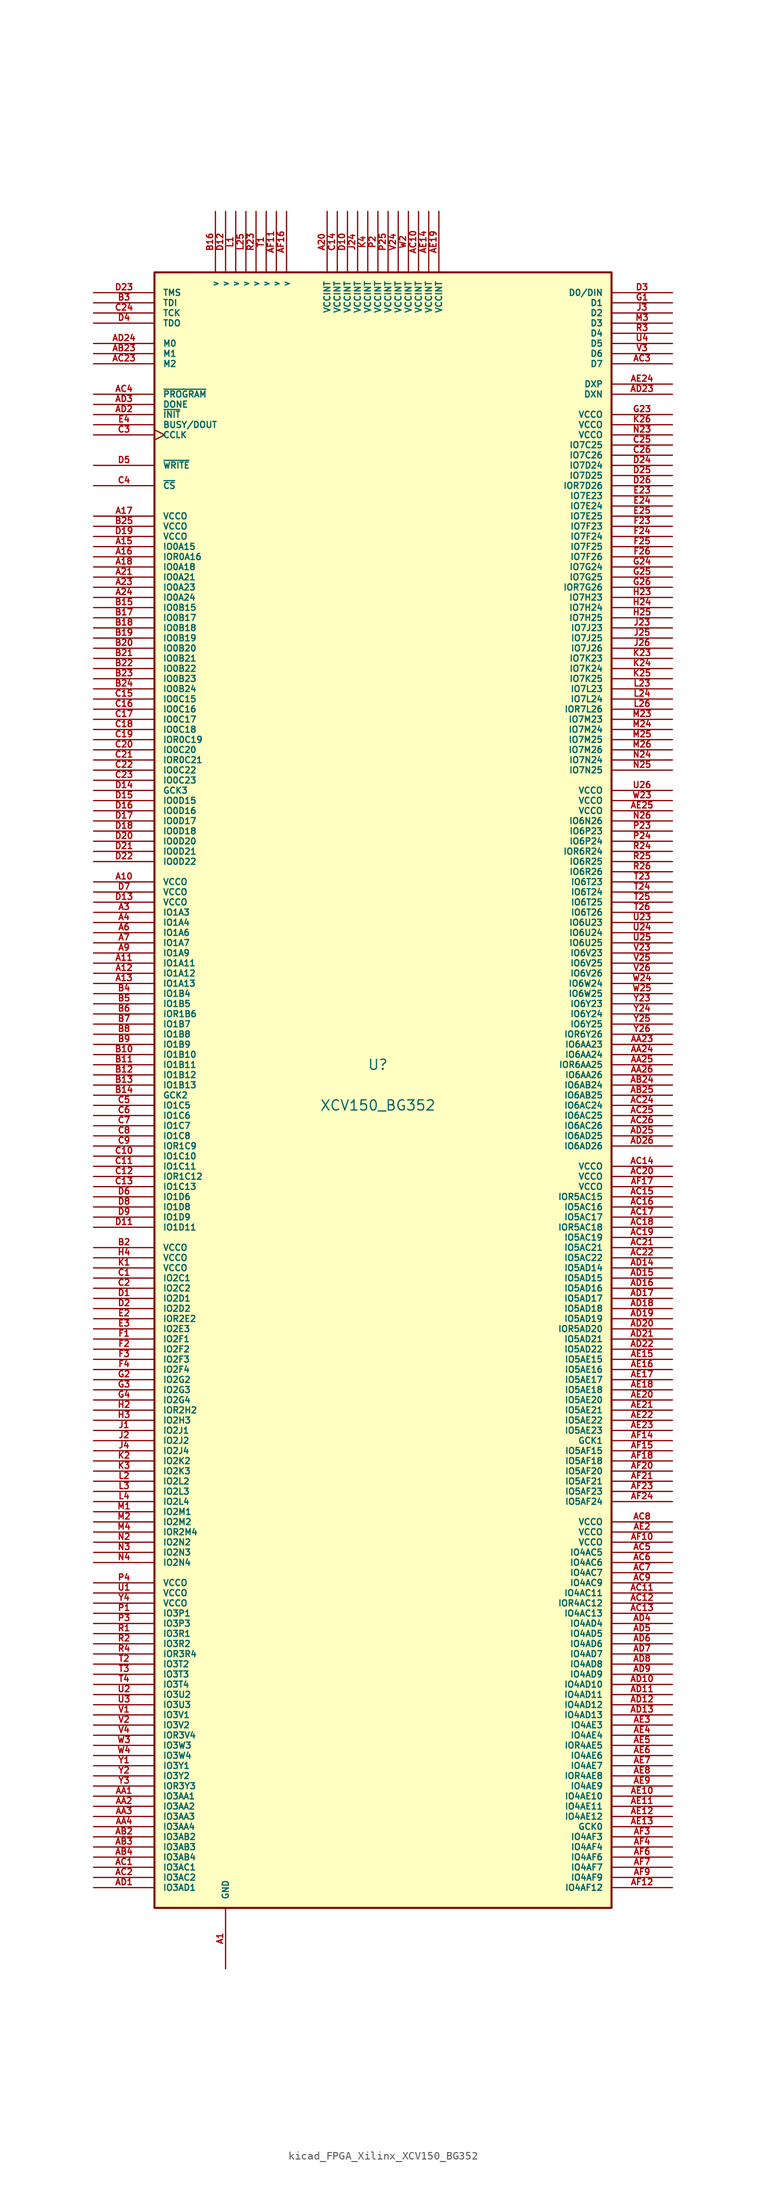
<source format=kicad_sym>
(kicad_symbol_lib
  (version 20220914)
  (generator kicad_symbol_editor)
  (symbol "kicad_FPGA_Xilinx_XCV150_BG352"
    (pin_names
      (offset 1.016))
    (property "Reference" "U"
      (at 0 2.54 0)
      (effects (font (size 1.27 1.27))))
    (property "Value" "XCV150_BG352"
      (at 0 -2.54 0)
      (effects (font (size 1.27 1.27))))
    (symbol "kicad_FPGA_Xilinx_XCV150_BG352_0_1"
      (rectangle (start -27.94 101.6) (end 29.21 -102.87) (stroke (width 0.254) (type default)) (fill (type background))))
    (symbol "kicad_FPGA_Xilinx_XCV150_BG352_1_1"
      (pin power_in line (at -19.05 -110.49 90) (length 7.62) (name "GND" (effects (font (size 0.762 0.762)))) (number "A1" (effects (font (size 0.762 0.762)))))
      (pin power_in line (at -35.56 25.4 0) (length 7.62) (name "VCCO" (effects (font (size 0.762 0.762)))) (number "A10" (effects (font (size 0.762 0.762)))))
      (pin bidirectional line (at -35.56 15.24 0) (length 7.62) (name "IO1A11" (effects (font (size 0.762 0.762)))) (number "A11" (effects (font (size 0.762 0.762)))))
      (pin bidirectional line (at -35.56 13.97 0) (length 7.62) (name "IO1A12" (effects (font (size 0.762 0.762)))) (number "A12" (effects (font (size 0.762 0.762)))))
      (pin bidirectional line (at -35.56 12.7 0) (length 7.62) (name "IO1A13" (effects (font (size 0.762 0.762)))) (number "A13" (effects (font (size 0.762 0.762)))))
      (pin passive line (at -19.05 -110.49 90) (length 7.62) hide (name "GND" (effects (font (size 0.762 0.762)))) (number "A14" (effects (font (size 0.762 0.762)))))
      (pin bidirectional line (at -35.56 67.31 0) (length 7.62) (name "IO0A15" (effects (font (size 0.762 0.762)))) (number "A15" (effects (font (size 0.762 0.762)))))
      (pin bidirectional line (at -35.56 66.04 0) (length 7.62) (name "IOR0A16" (effects (font (size 0.762 0.762)))) (number "A16" (effects (font (size 0.762 0.762)))))
      (pin power_in line (at -35.56 71.12 0) (length 7.62) (name "VCCO" (effects (font (size 0.762 0.762)))) (number "A17" (effects (font (size 0.762 0.762)))))
      (pin bidirectional line (at -35.56 64.77 0) (length 7.62) (name "IO0A18" (effects (font (size 0.762 0.762)))) (number "A18" (effects (font (size 0.762 0.762)))))
      (pin passive line (at -19.05 -110.49 90) (length 7.62) hide (name "GND" (effects (font (size 0.762 0.762)))) (number "A19" (effects (font (size 0.762 0.762)))))
      (pin passive line (at -19.05 -110.49 90) (length 7.62) hide (name "GND" (effects (font (size 0.762 0.762)))) (number "A2" (effects (font (size 0.762 0.762)))))
      (pin power_in line (at -6.35 109.22 270) (length 7.62) (name "VCCINT" (effects (font (size 0.762 0.762)))) (number "A20" (effects (font (size 0.762 0.762)))))
      (pin bidirectional line (at -35.56 63.5 0) (length 7.62) (name "IO0A21" (effects (font (size 0.762 0.762)))) (number "A21" (effects (font (size 0.762 0.762)))))
      (pin passive line (at -19.05 -110.49 90) (length 7.62) hide (name "GND" (effects (font (size 0.762 0.762)))) (number "A22" (effects (font (size 0.762 0.762)))))
      (pin bidirectional line (at -35.56 62.23 0) (length 7.62) (name "IO0A23" (effects (font (size 0.762 0.762)))) (number "A23" (effects (font (size 0.762 0.762)))))
      (pin bidirectional line (at -35.56 60.96 0) (length 7.62) (name "IO0A24" (effects (font (size 0.762 0.762)))) (number "A24" (effects (font (size 0.762 0.762)))))
      (pin passive line (at -19.05 -110.49 90) (length 7.62) hide (name "GND" (effects (font (size 0.762 0.762)))) (number "A25" (effects (font (size 0.762 0.762)))))
      (pin passive line (at -19.05 -110.49 90) (length 7.62) hide (name "GND" (effects (font (size 0.762 0.762)))) (number "A26" (effects (font (size 0.762 0.762)))))
      (pin bidirectional line (at -35.56 21.59 0) (length 7.62) (name "IO1A3" (effects (font (size 0.762 0.762)))) (number "A3" (effects (font (size 0.762 0.762)))))
      (pin bidirectional line (at -35.56 20.32 0) (length 7.62) (name "IO1A4" (effects (font (size 0.762 0.762)))) (number "A4" (effects (font (size 0.762 0.762)))))
      (pin passive line (at -19.05 -110.49 90) (length 7.62) hide (name "GND" (effects (font (size 0.762 0.762)))) (number "A5" (effects (font (size 0.762 0.762)))))
      (pin bidirectional line (at -35.56 19.05 0) (length 7.62) (name "IO1A6" (effects (font (size 0.762 0.762)))) (number "A6" (effects (font (size 0.762 0.762)))))
      (pin bidirectional line (at -35.56 17.78 0) (length 7.62) (name "IO1A7" (effects (font (size 0.762 0.762)))) (number "A7" (effects (font (size 0.762 0.762)))))
      (pin passive line (at -19.05 -110.49 90) (length 7.62) hide (name "GND" (effects (font (size 0.762 0.762)))) (number "A8" (effects (font (size 0.762 0.762)))))
      (pin bidirectional line (at -35.56 16.51 0) (length 7.62) (name "IO1A9" (effects (font (size 0.762 0.762)))) (number "A9" (effects (font (size 0.762 0.762)))))
      (pin bidirectional line (at -35.56 -88.9 0) (length 7.62) (name "IO3AA1" (effects (font (size 0.762 0.762)))) (number "AA1" (effects (font (size 0.762 0.762)))))
      (pin bidirectional line (at -35.56 -90.17 0) (length 7.62) (name "IO3AA2" (effects (font (size 0.762 0.762)))) (number "AA2" (effects (font (size 0.762 0.762)))))
      (pin bidirectional line (at 36.83 5.08 180) (length 7.62) (name "IO6AA23" (effects (font (size 0.762 0.762)))) (number "AA23" (effects (font (size 0.762 0.762)))))
      (pin bidirectional line (at 36.83 3.81 180) (length 7.62) (name "IO6AA24" (effects (font (size 0.762 0.762)))) (number "AA24" (effects (font (size 0.762 0.762)))))
      (pin bidirectional line (at 36.83 2.54 180) (length 7.62) (name "IOR6AA25" (effects (font (size 0.762 0.762)))) (number "AA25" (effects (font (size 0.762 0.762)))))
      (pin bidirectional line (at 36.83 1.27 180) (length 7.62) (name "IO6AA26" (effects (font (size 0.762 0.762)))) (number "AA26" (effects (font (size 0.762 0.762)))))
      (pin bidirectional line (at -35.56 -91.44 0) (length 7.62) (name "IO3AA3" (effects (font (size 0.762 0.762)))) (number "AA3" (effects (font (size 0.762 0.762)))))
      (pin bidirectional line (at -35.56 -92.71 0) (length 7.62) (name "IO3AA4" (effects (font (size 0.762 0.762)))) (number "AA4" (effects (font (size 0.762 0.762)))))
      (pin passive line (at -19.05 -110.49 90) (length 7.62) hide (name "GND" (effects (font (size 0.762 0.762)))) (number "AB1" (effects (font (size 0.762 0.762)))))
      (pin bidirectional line (at -35.56 -93.98 0) (length 7.62) (name "IO3AB2" (effects (font (size 0.762 0.762)))) (number "AB2" (effects (font (size 0.762 0.762)))))
      (pin input line (at -35.56 91.44 0) (length 7.62) (name "M1" (effects (font (size 0.762 0.762)))) (number "AB23" (effects (font (size 0.762 0.762)))))
      (pin bidirectional line (at 36.83 0 180) (length 7.62) (name "IO6AB24" (effects (font (size 0.762 0.762)))) (number "AB24" (effects (font (size 0.762 0.762)))))
      (pin bidirectional line (at 36.83 -1.27 180) (length 7.62) (name "IO6AB25" (effects (font (size 0.762 0.762)))) (number "AB25" (effects (font (size 0.762 0.762)))))
      (pin passive line (at -19.05 -110.49 90) (length 7.62) hide (name "GND" (effects (font (size 0.762 0.762)))) (number "AB26" (effects (font (size 0.762 0.762)))))
      (pin bidirectional line (at -35.56 -95.25 0) (length 7.62) (name "IO3AB3" (effects (font (size 0.762 0.762)))) (number "AB3" (effects (font (size 0.762 0.762)))))
      (pin bidirectional line (at -35.56 -96.52 0) (length 7.62) (name "IO3AB4" (effects (font (size 0.762 0.762)))) (number "AB4" (effects (font (size 0.762 0.762)))))
      (pin bidirectional line (at -35.56 -97.79 0) (length 7.62) (name "IO3AC1" (effects (font (size 0.762 0.762)))) (number "AC1" (effects (font (size 0.762 0.762)))))
      (pin power_in line (at 5.08 109.22 270) (length 7.62) (name "VCCINT" (effects (font (size 0.762 0.762)))) (number "AC10" (effects (font (size 0.762 0.762)))))
      (pin bidirectional line (at 36.83 -63.5 180) (length 7.62) (name "IO4AC11" (effects (font (size 0.762 0.762)))) (number "AC11" (effects (font (size 0.762 0.762)))))
      (pin bidirectional line (at 36.83 -64.77 180) (length 7.62) (name "IOR4AC12" (effects (font (size 0.762 0.762)))) (number "AC12" (effects (font (size 0.762 0.762)))))
      (pin bidirectional line (at 36.83 -66.04 180) (length 7.62) (name "IO4AC13" (effects (font (size 0.762 0.762)))) (number "AC13" (effects (font (size 0.762 0.762)))))
      (pin power_in line (at 36.83 -10.16 180) (length 7.62) (name "VCCO" (effects (font (size 0.762 0.762)))) (number "AC14" (effects (font (size 0.762 0.762)))))
      (pin bidirectional line (at 36.83 -13.97 180) (length 7.62) (name "IOR5AC15" (effects (font (size 0.762 0.762)))) (number "AC15" (effects (font (size 0.762 0.762)))))
      (pin bidirectional line (at 36.83 -15.24 180) (length 7.62) (name "IO5AC16" (effects (font (size 0.762 0.762)))) (number "AC16" (effects (font (size 0.762 0.762)))))
      (pin bidirectional line (at 36.83 -16.51 180) (length 7.62) (name "IO5AC17" (effects (font (size 0.762 0.762)))) (number "AC17" (effects (font (size 0.762 0.762)))))
      (pin bidirectional line (at 36.83 -17.78 180) (length 7.62) (name "IOR5AC18" (effects (font (size 0.762 0.762)))) (number "AC18" (effects (font (size 0.762 0.762)))))
      (pin bidirectional line (at 36.83 -19.05 180) (length 7.62) (name "IO5AC19" (effects (font (size 0.762 0.762)))) (number "AC19" (effects (font (size 0.762 0.762)))))
      (pin bidirectional line (at -35.56 -99.06 0) (length 7.62) (name "IO3AC2" (effects (font (size 0.762 0.762)))) (number "AC2" (effects (font (size 0.762 0.762)))))
      (pin power_in line (at 36.83 -11.43 180) (length 7.62) (name "VCCO" (effects (font (size 0.762 0.762)))) (number "AC20" (effects (font (size 0.762 0.762)))))
      (pin bidirectional line (at 36.83 -20.32 180) (length 7.62) (name "IO5AC21" (effects (font (size 0.762 0.762)))) (number "AC21" (effects (font (size 0.762 0.762)))))
      (pin bidirectional line (at 36.83 -21.59 180) (length 7.62) (name "IO5AC22" (effects (font (size 0.762 0.762)))) (number "AC22" (effects (font (size 0.762 0.762)))))
      (pin input line (at -35.56 90.17 0) (length 7.62) (name "M2" (effects (font (size 0.762 0.762)))) (number "AC23" (effects (font (size 0.762 0.762)))))
      (pin bidirectional line (at 36.83 -2.54 180) (length 7.62) (name "IO6AC24" (effects (font (size 0.762 0.762)))) (number "AC24" (effects (font (size 0.762 0.762)))))
      (pin bidirectional line (at 36.83 -3.81 180) (length 7.62) (name "IO6AC25" (effects (font (size 0.762 0.762)))) (number "AC25" (effects (font (size 0.762 0.762)))))
      (pin bidirectional line (at 36.83 -5.08 180) (length 7.62) (name "IO6AC26" (effects (font (size 0.762 0.762)))) (number "AC26" (effects (font (size 0.762 0.762)))))
      (pin bidirectional line (at 36.83 90.17 180) (length 7.62) (name "D7" (effects (font (size 0.762 0.762)))) (number "AC3" (effects (font (size 0.762 0.762)))))
      (pin input line (at -35.56 86.36 0) (length 7.62) (name "~{PROGRAM}" (effects (font (size 0.762 0.762)))) (number "AC4" (effects (font (size 0.762 0.762)))))
      (pin bidirectional line (at 36.83 -58.42 180) (length 7.62) (name "IO4AC5" (effects (font (size 0.762 0.762)))) (number "AC5" (effects (font (size 0.762 0.762)))))
      (pin bidirectional line (at 36.83 -59.69 180) (length 7.62) (name "IO4AC6" (effects (font (size 0.762 0.762)))) (number "AC6" (effects (font (size 0.762 0.762)))))
      (pin bidirectional line (at 36.83 -60.96 180) (length 7.62) (name "IO4AC7" (effects (font (size 0.762 0.762)))) (number "AC7" (effects (font (size 0.762 0.762)))))
      (pin power_in line (at 36.83 -54.61 180) (length 7.62) (name "VCCO" (effects (font (size 0.762 0.762)))) (number "AC8" (effects (font (size 0.762 0.762)))))
      (pin bidirectional line (at 36.83 -62.23 180) (length 7.62) (name "IO4AC9" (effects (font (size 0.762 0.762)))) (number "AC9" (effects (font (size 0.762 0.762)))))
      (pin bidirectional line (at -35.56 -100.33 0) (length 7.62) (name "IO3AD1" (effects (font (size 0.762 0.762)))) (number "AD1" (effects (font (size 0.762 0.762)))))
      (pin bidirectional line (at 36.83 -74.93 180) (length 7.62) (name "IO4AD10" (effects (font (size 0.762 0.762)))) (number "AD10" (effects (font (size 0.762 0.762)))))
      (pin bidirectional line (at 36.83 -76.2 180) (length 7.62) (name "IO4AD11" (effects (font (size 0.762 0.762)))) (number "AD11" (effects (font (size 0.762 0.762)))))
      (pin bidirectional line (at 36.83 -77.47 180) (length 7.62) (name "IO4AD12" (effects (font (size 0.762 0.762)))) (number "AD12" (effects (font (size 0.762 0.762)))))
      (pin bidirectional line (at 36.83 -78.74 180) (length 7.62) (name "IO4AD13" (effects (font (size 0.762 0.762)))) (number "AD13" (effects (font (size 0.762 0.762)))))
      (pin bidirectional line (at 36.83 -22.86 180) (length 7.62) (name "IO5AD14" (effects (font (size 0.762 0.762)))) (number "AD14" (effects (font (size 0.762 0.762)))))
      (pin bidirectional line (at 36.83 -24.13 180) (length 7.62) (name "IO5AD15" (effects (font (size 0.762 0.762)))) (number "AD15" (effects (font (size 0.762 0.762)))))
      (pin bidirectional line (at 36.83 -25.4 180) (length 7.62) (name "IO5AD16" (effects (font (size 0.762 0.762)))) (number "AD16" (effects (font (size 0.762 0.762)))))
      (pin bidirectional line (at 36.83 -26.67 180) (length 7.62) (name "IO5AD17" (effects (font (size 0.762 0.762)))) (number "AD17" (effects (font (size 0.762 0.762)))))
      (pin bidirectional line (at 36.83 -27.94 180) (length 7.62) (name "IO5AD18" (effects (font (size 0.762 0.762)))) (number "AD18" (effects (font (size 0.762 0.762)))))
      (pin bidirectional line (at 36.83 -29.21 180) (length 7.62) (name "IO5AD19" (effects (font (size 0.762 0.762)))) (number "AD19" (effects (font (size 0.762 0.762)))))
      (pin bidirectional line (at -35.56 83.82 0) (length 7.62) (name "~{INIT}" (effects (font (size 0.762 0.762)))) (number "AD2" (effects (font (size 0.762 0.762)))))
      (pin bidirectional line (at 36.83 -30.48 180) (length 7.62) (name "IOR5AD20" (effects (font (size 0.762 0.762)))) (number "AD20" (effects (font (size 0.762 0.762)))))
      (pin bidirectional line (at 36.83 -31.75 180) (length 7.62) (name "IO5AD21" (effects (font (size 0.762 0.762)))) (number "AD21" (effects (font (size 0.762 0.762)))))
      (pin bidirectional line (at 36.83 -33.02 180) (length 7.62) (name "IO5AD22" (effects (font (size 0.762 0.762)))) (number "AD22" (effects (font (size 0.762 0.762)))))
      (pin passive line (at 36.83 86.36 180) (length 7.62) (name "DXN" (effects (font (size 0.762 0.762)))) (number "AD23" (effects (font (size 0.762 0.762)))))
      (pin input line (at -35.56 92.71 0) (length 7.62) (name "M0" (effects (font (size 0.762 0.762)))) (number "AD24" (effects (font (size 0.762 0.762)))))
      (pin bidirectional line (at 36.83 -6.35 180) (length 7.62) (name "IO6AD25" (effects (font (size 0.762 0.762)))) (number "AD25" (effects (font (size 0.762 0.762)))))
      (pin bidirectional line (at 36.83 -7.62 180) (length 7.62) (name "IO6AD26" (effects (font (size 0.762 0.762)))) (number "AD26" (effects (font (size 0.762 0.762)))))
      (pin bidirectional line (at -35.56 85.09 0) (length 7.62) (name "DONE" (effects (font (size 0.762 0.762)))) (number "AD3" (effects (font (size 0.762 0.762)))))
      (pin bidirectional line (at 36.83 -67.31 180) (length 7.62) (name "IO4AD4" (effects (font (size 0.762 0.762)))) (number "AD4" (effects (font (size 0.762 0.762)))))
      (pin bidirectional line (at 36.83 -68.58 180) (length 7.62) (name "IO4AD5" (effects (font (size 0.762 0.762)))) (number "AD5" (effects (font (size 0.762 0.762)))))
      (pin bidirectional line (at 36.83 -69.85 180) (length 7.62) (name "IO4AD6" (effects (font (size 0.762 0.762)))) (number "AD6" (effects (font (size 0.762 0.762)))))
      (pin bidirectional line (at 36.83 -71.12 180) (length 7.62) (name "IO4AD7" (effects (font (size 0.762 0.762)))) (number "AD7" (effects (font (size 0.762 0.762)))))
      (pin bidirectional line (at 36.83 -72.39 180) (length 7.62) (name "IO4AD8" (effects (font (size 0.762 0.762)))) (number "AD8" (effects (font (size 0.762 0.762)))))
      (pin bidirectional line (at 36.83 -73.66 180) (length 7.62) (name "IO4AD9" (effects (font (size 0.762 0.762)))) (number "AD9" (effects (font (size 0.762 0.762)))))
      (pin passive line (at -19.05 -110.49 90) (length 7.62) hide (name "GND" (effects (font (size 0.762 0.762)))) (number "AE1" (effects (font (size 0.762 0.762)))))
      (pin bidirectional line (at 36.83 -88.9 180) (length 7.62) (name "IO4AE10" (effects (font (size 0.762 0.762)))) (number "AE10" (effects (font (size 0.762 0.762)))))
      (pin bidirectional line (at 36.83 -90.17 180) (length 7.62) (name "IO4AE11" (effects (font (size 0.762 0.762)))) (number "AE11" (effects (font (size 0.762 0.762)))))
      (pin bidirectional line (at 36.83 -91.44 180) (length 7.62) (name "IO4AE12" (effects (font (size 0.762 0.762)))) (number "AE12" (effects (font (size 0.762 0.762)))))
      (pin input line (at 36.83 -92.71 180) (length 7.62) (name "GCK0" (effects (font (size 0.762 0.762)))) (number "AE13" (effects (font (size 0.762 0.762)))))
      (pin power_in line (at 6.35 109.22 270) (length 7.62) (name "VCCINT" (effects (font (size 0.762 0.762)))) (number "AE14" (effects (font (size 0.762 0.762)))))
      (pin bidirectional line (at 36.83 -34.29 180) (length 7.62) (name "IO5AE15" (effects (font (size 0.762 0.762)))) (number "AE15" (effects (font (size 0.762 0.762)))))
      (pin bidirectional line (at 36.83 -35.56 180) (length 7.62) (name "IO5AE16" (effects (font (size 0.762 0.762)))) (number "AE16" (effects (font (size 0.762 0.762)))))
      (pin bidirectional line (at 36.83 -36.83 180) (length 7.62) (name "IO5AE17" (effects (font (size 0.762 0.762)))) (number "AE17" (effects (font (size 0.762 0.762)))))
      (pin bidirectional line (at 36.83 -38.1 180) (length 7.62) (name "IO5AE18" (effects (font (size 0.762 0.762)))) (number "AE18" (effects (font (size 0.762 0.762)))))
      (pin power_in line (at 7.62 109.22 270) (length 7.62) (name "VCCINT" (effects (font (size 0.762 0.762)))) (number "AE19" (effects (font (size 0.762 0.762)))))
      (pin power_in line (at 36.83 -55.88 180) (length 7.62) (name "VCCO" (effects (font (size 0.762 0.762)))) (number "AE2" (effects (font (size 0.762 0.762)))))
      (pin bidirectional line (at 36.83 -39.37 180) (length 7.62) (name "IO5AE20" (effects (font (size 0.762 0.762)))) (number "AE20" (effects (font (size 0.762 0.762)))))
      (pin bidirectional line (at 36.83 -40.64 180) (length 7.62) (name "IO5AE21" (effects (font (size 0.762 0.762)))) (number "AE21" (effects (font (size 0.762 0.762)))))
      (pin bidirectional line (at 36.83 -41.91 180) (length 7.62) (name "IO5AE22" (effects (font (size 0.762 0.762)))) (number "AE22" (effects (font (size 0.762 0.762)))))
      (pin bidirectional line (at 36.83 -43.18 180) (length 7.62) (name "IO5AE23" (effects (font (size 0.762 0.762)))) (number "AE23" (effects (font (size 0.762 0.762)))))
      (pin passive line (at 36.83 87.63 180) (length 7.62) (name "DXP" (effects (font (size 0.762 0.762)))) (number "AE24" (effects (font (size 0.762 0.762)))))
      (pin power_in line (at 36.83 34.29 180) (length 7.62) (name "VCCO" (effects (font (size 0.762 0.762)))) (number "AE25" (effects (font (size 0.762 0.762)))))
      (pin passive line (at -19.05 -110.49 90) (length 7.62) hide (name "GND" (effects (font (size 0.762 0.762)))) (number "AE26" (effects (font (size 0.762 0.762)))))
      (pin bidirectional line (at 36.83 -80.01 180) (length 7.62) (name "IO4AE3" (effects (font (size 0.762 0.762)))) (number "AE3" (effects (font (size 0.762 0.762)))))
      (pin bidirectional line (at 36.83 -81.28 180) (length 7.62) (name "IO4AE4" (effects (font (size 0.762 0.762)))) (number "AE4" (effects (font (size 0.762 0.762)))))
      (pin bidirectional line (at 36.83 -82.55 180) (length 7.62) (name "IOR4AE5" (effects (font (size 0.762 0.762)))) (number "AE5" (effects (font (size 0.762 0.762)))))
      (pin bidirectional line (at 36.83 -83.82 180) (length 7.62) (name "IO4AE6" (effects (font (size 0.762 0.762)))) (number "AE6" (effects (font (size 0.762 0.762)))))
      (pin bidirectional line (at 36.83 -85.09 180) (length 7.62) (name "IO4AE7" (effects (font (size 0.762 0.762)))) (number "AE7" (effects (font (size 0.762 0.762)))))
      (pin bidirectional line (at 36.83 -86.36 180) (length 7.62) (name "IOR4AE8" (effects (font (size 0.762 0.762)))) (number "AE8" (effects (font (size 0.762 0.762)))))
      (pin bidirectional line (at 36.83 -87.63 180) (length 7.62) (name "IO4AE9" (effects (font (size 0.762 0.762)))) (number "AE9" (effects (font (size 0.762 0.762)))))
      (pin passive line (at -19.05 -110.49 90) (length 7.62) hide (name "GND" (effects (font (size 0.762 0.762)))) (number "AF1" (effects (font (size 0.762 0.762)))))
      (pin power_in line (at 36.83 -57.15 180) (length 7.62) (name "VCCO" (effects (font (size 0.762 0.762)))) (number "AF10" (effects (font (size 0.762 0.762)))))
      (pin passive line (at -12.7 109.22 270) (length 7.62) (name "v" (effects (font (size 0.762 0.762)))) (number "AF11" (effects (font (size 0.762 0.762)))))
      (pin bidirectional line (at 36.83 -100.33 180) (length 7.62) (name "IO4AF12" (effects (font (size 0.762 0.762)))) (number "AF12" (effects (font (size 0.762 0.762)))))
      (pin passive line (at -19.05 -110.49 90) (length 7.62) hide (name "GND" (effects (font (size 0.762 0.762)))) (number "AF13" (effects (font (size 0.762 0.762)))))
      (pin input line (at 36.83 -44.45 180) (length 7.62) (name "GCK1" (effects (font (size 0.762 0.762)))) (number "AF14" (effects (font (size 0.762 0.762)))))
      (pin bidirectional line (at 36.83 -45.72 180) (length 7.62) (name "IO5AF15" (effects (font (size 0.762 0.762)))) (number "AF15" (effects (font (size 0.762 0.762)))))
      (pin passive line (at -11.43 109.22 270) (length 7.62) (name "v" (effects (font (size 0.762 0.762)))) (number "AF16" (effects (font (size 0.762 0.762)))))
      (pin power_in line (at 36.83 -12.7 180) (length 7.62) (name "VCCO" (effects (font (size 0.762 0.762)))) (number "AF17" (effects (font (size 0.762 0.762)))))
      (pin bidirectional line (at 36.83 -46.99 180) (length 7.62) (name "IO5AF18" (effects (font (size 0.762 0.762)))) (number "AF18" (effects (font (size 0.762 0.762)))))
      (pin passive line (at -19.05 -110.49 90) (length 7.62) hide (name "GND" (effects (font (size 0.762 0.762)))) (number "AF19" (effects (font (size 0.762 0.762)))))
      (pin passive line (at -19.05 -110.49 90) (length 7.62) hide (name "GND" (effects (font (size 0.762 0.762)))) (number "AF2" (effects (font (size 0.762 0.762)))))
      (pin bidirectional line (at 36.83 -48.26 180) (length 7.62) (name "IO5AF20" (effects (font (size 0.762 0.762)))) (number "AF20" (effects (font (size 0.762 0.762)))))
      (pin bidirectional line (at 36.83 -49.53 180) (length 7.62) (name "IO5AF21" (effects (font (size 0.762 0.762)))) (number "AF21" (effects (font (size 0.762 0.762)))))
      (pin passive line (at -19.05 -110.49 90) (length 7.62) hide (name "GND" (effects (font (size 0.762 0.762)))) (number "AF22" (effects (font (size 0.762 0.762)))))
      (pin bidirectional line (at 36.83 -50.8 180) (length 7.62) (name "IO5AF23" (effects (font (size 0.762 0.762)))) (number "AF23" (effects (font (size 0.762 0.762)))))
      (pin bidirectional line (at 36.83 -52.07 180) (length 7.62) (name "IO5AF24" (effects (font (size 0.762 0.762)))) (number "AF24" (effects (font (size 0.762 0.762)))))
      (pin passive line (at -19.05 -110.49 90) (length 7.62) hide (name "GND" (effects (font (size 0.762 0.762)))) (number "AF25" (effects (font (size 0.762 0.762)))))
      (pin passive line (at -19.05 -110.49 90) (length 7.62) hide (name "GND" (effects (font (size 0.762 0.762)))) (number "AF26" (effects (font (size 0.762 0.762)))))
      (pin bidirectional line (at 36.83 -93.98 180) (length 7.62) (name "IO4AF3" (effects (font (size 0.762 0.762)))) (number "AF3" (effects (font (size 0.762 0.762)))))
      (pin bidirectional line (at 36.83 -95.25 180) (length 7.62) (name "IO4AF4" (effects (font (size 0.762 0.762)))) (number "AF4" (effects (font (size 0.762 0.762)))))
      (pin passive line (at -19.05 -110.49 90) (length 7.62) hide (name "GND" (effects (font (size 0.762 0.762)))) (number "AF5" (effects (font (size 0.762 0.762)))))
      (pin bidirectional line (at 36.83 -96.52 180) (length 7.62) (name "IO4AF6" (effects (font (size 0.762 0.762)))) (number "AF6" (effects (font (size 0.762 0.762)))))
      (pin bidirectional line (at 36.83 -97.79 180) (length 7.62) (name "IO4AF7" (effects (font (size 0.762 0.762)))) (number "AF7" (effects (font (size 0.762 0.762)))))
      (pin passive line (at -19.05 -110.49 90) (length 7.62) hide (name "GND" (effects (font (size 0.762 0.762)))) (number "AF8" (effects (font (size 0.762 0.762)))))
      (pin bidirectional line (at 36.83 -99.06 180) (length 7.62) (name "IO4AF9" (effects (font (size 0.762 0.762)))) (number "AF9" (effects (font (size 0.762 0.762)))))
      (pin passive line (at -19.05 -110.49 90) (length 7.62) hide (name "GND" (effects (font (size 0.762 0.762)))) (number "B1" (effects (font (size 0.762 0.762)))))
      (pin bidirectional line (at -35.56 3.81 0) (length 7.62) (name "IO1B10" (effects (font (size 0.762 0.762)))) (number "B10" (effects (font (size 0.762 0.762)))))
      (pin bidirectional line (at -35.56 2.54 0) (length 7.62) (name "IO1B11" (effects (font (size 0.762 0.762)))) (number "B11" (effects (font (size 0.762 0.762)))))
      (pin bidirectional line (at -35.56 1.27 0) (length 7.62) (name "IO1B12" (effects (font (size 0.762 0.762)))) (number "B12" (effects (font (size 0.762 0.762)))))
      (pin bidirectional line (at -35.56 0 0) (length 7.62) (name "IO1B13" (effects (font (size 0.762 0.762)))) (number "B13" (effects (font (size 0.762 0.762)))))
      (pin input line (at -35.56 -1.27 0) (length 7.62) (name "GCK2" (effects (font (size 0.762 0.762)))) (number "B14" (effects (font (size 0.762 0.762)))))
      (pin bidirectional line (at -35.56 59.69 0) (length 7.62) (name "IO0B15" (effects (font (size 0.762 0.762)))) (number "B15" (effects (font (size 0.762 0.762)))))
      (pin passive line (at -20.32 109.22 270) (length 7.62) (name "v" (effects (font (size 0.762 0.762)))) (number "B16" (effects (font (size 0.762 0.762)))))
      (pin bidirectional line (at -35.56 58.42 0) (length 7.62) (name "IO0B17" (effects (font (size 0.762 0.762)))) (number "B17" (effects (font (size 0.762 0.762)))))
      (pin bidirectional line (at -35.56 57.15 0) (length 7.62) (name "IO0B18" (effects (font (size 0.762 0.762)))) (number "B18" (effects (font (size 0.762 0.762)))))
      (pin bidirectional line (at -35.56 55.88 0) (length 7.62) (name "IO0B19" (effects (font (size 0.762 0.762)))) (number "B19" (effects (font (size 0.762 0.762)))))
      (pin power_in line (at -35.56 -20.32 0) (length 7.62) (name "VCCO" (effects (font (size 0.762 0.762)))) (number "B2" (effects (font (size 0.762 0.762)))))
      (pin bidirectional line (at -35.56 54.61 0) (length 7.62) (name "IO0B20" (effects (font (size 0.762 0.762)))) (number "B20" (effects (font (size 0.762 0.762)))))
      (pin bidirectional line (at -35.56 53.34 0) (length 7.62) (name "IO0B21" (effects (font (size 0.762 0.762)))) (number "B21" (effects (font (size 0.762 0.762)))))
      (pin bidirectional line (at -35.56 52.07 0) (length 7.62) (name "IO0B22" (effects (font (size 0.762 0.762)))) (number "B22" (effects (font (size 0.762 0.762)))))
      (pin bidirectional line (at -35.56 50.8 0) (length 7.62) (name "IO0B23" (effects (font (size 0.762 0.762)))) (number "B23" (effects (font (size 0.762 0.762)))))
      (pin bidirectional line (at -35.56 49.53 0) (length 7.62) (name "IO0B24" (effects (font (size 0.762 0.762)))) (number "B24" (effects (font (size 0.762 0.762)))))
      (pin power_in line (at -35.56 69.85 0) (length 7.62) (name "VCCO" (effects (font (size 0.762 0.762)))) (number "B25" (effects (font (size 0.762 0.762)))))
      (pin passive line (at -19.05 -110.49 90) (length 7.62) hide (name "GND" (effects (font (size 0.762 0.762)))) (number "B26" (effects (font (size 0.762 0.762)))))
      (pin passive line (at -35.56 97.79 0) (length 7.62) (name "TDI" (effects (font (size 0.762 0.762)))) (number "B3" (effects (font (size 0.762 0.762)))))
      (pin bidirectional line (at -35.56 11.43 0) (length 7.62) (name "IO1B4" (effects (font (size 0.762 0.762)))) (number "B4" (effects (font (size 0.762 0.762)))))
      (pin bidirectional line (at -35.56 10.16 0) (length 7.62) (name "IO1B5" (effects (font (size 0.762 0.762)))) (number "B5" (effects (font (size 0.762 0.762)))))
      (pin bidirectional line (at -35.56 8.89 0) (length 7.62) (name "IOR1B6" (effects (font (size 0.762 0.762)))) (number "B6" (effects (font (size 0.762 0.762)))))
      (pin bidirectional line (at -35.56 7.62 0) (length 7.62) (name "IO1B7" (effects (font (size 0.762 0.762)))) (number "B7" (effects (font (size 0.762 0.762)))))
      (pin bidirectional line (at -35.56 6.35 0) (length 7.62) (name "IO1B8" (effects (font (size 0.762 0.762)))) (number "B8" (effects (font (size 0.762 0.762)))))
      (pin bidirectional line (at -35.56 5.08 0) (length 7.62) (name "IO1B9" (effects (font (size 0.762 0.762)))) (number "B9" (effects (font (size 0.762 0.762)))))
      (pin bidirectional line (at -35.56 -24.13 0) (length 7.62) (name "IO2C1" (effects (font (size 0.762 0.762)))) (number "C1" (effects (font (size 0.762 0.762)))))
      (pin bidirectional line (at -35.56 -8.89 0) (length 7.62) (name "IO1C10" (effects (font (size 0.762 0.762)))) (number "C10" (effects (font (size 0.762 0.762)))))
      (pin bidirectional line (at -35.56 -10.16 0) (length 7.62) (name "IO1C11" (effects (font (size 0.762 0.762)))) (number "C11" (effects (font (size 0.762 0.762)))))
      (pin bidirectional line (at -35.56 -11.43 0) (length 7.62) (name "IOR1C12" (effects (font (size 0.762 0.762)))) (number "C12" (effects (font (size 0.762 0.762)))))
      (pin bidirectional line (at -35.56 -12.7 0) (length 7.62) (name "IO1C13" (effects (font (size 0.762 0.762)))) (number "C13" (effects (font (size 0.762 0.762)))))
      (pin power_in line (at -5.08 109.22 270) (length 7.62) (name "VCCINT" (effects (font (size 0.762 0.762)))) (number "C14" (effects (font (size 0.762 0.762)))))
      (pin bidirectional line (at -35.56 48.26 0) (length 7.62) (name "IO0C15" (effects (font (size 0.762 0.762)))) (number "C15" (effects (font (size 0.762 0.762)))))
      (pin bidirectional line (at -35.56 46.99 0) (length 7.62) (name "IO0C16" (effects (font (size 0.762 0.762)))) (number "C16" (effects (font (size 0.762 0.762)))))
      (pin bidirectional line (at -35.56 45.72 0) (length 7.62) (name "IO0C17" (effects (font (size 0.762 0.762)))) (number "C17" (effects (font (size 0.762 0.762)))))
      (pin bidirectional line (at -35.56 44.45 0) (length 7.62) (name "IO0C18" (effects (font (size 0.762 0.762)))) (number "C18" (effects (font (size 0.762 0.762)))))
      (pin bidirectional line (at -35.56 43.18 0) (length 7.62) (name "IOR0C19" (effects (font (size 0.762 0.762)))) (number "C19" (effects (font (size 0.762 0.762)))))
      (pin bidirectional line (at -35.56 -25.4 0) (length 7.62) (name "IO2C2" (effects (font (size 0.762 0.762)))) (number "C2" (effects (font (size 0.762 0.762)))))
      (pin bidirectional line (at -35.56 41.91 0) (length 7.62) (name "IO0C20" (effects (font (size 0.762 0.762)))) (number "C20" (effects (font (size 0.762 0.762)))))
      (pin bidirectional line (at -35.56 40.64 0) (length 7.62) (name "IOR0C21" (effects (font (size 0.762 0.762)))) (number "C21" (effects (font (size 0.762 0.762)))))
      (pin bidirectional line (at -35.56 39.37 0) (length 7.62) (name "IO0C22" (effects (font (size 0.762 0.762)))) (number "C22" (effects (font (size 0.762 0.762)))))
      (pin bidirectional line (at -35.56 38.1 0) (length 7.62) (name "IO0C23" (effects (font (size 0.762 0.762)))) (number "C23" (effects (font (size 0.762 0.762)))))
      (pin passive line (at -35.56 96.52 0) (length 7.62) (name "TCK" (effects (font (size 0.762 0.762)))) (number "C24" (effects (font (size 0.762 0.762)))))
      (pin bidirectional line (at 36.83 80.01 180) (length 7.62) (name "IO7C25" (effects (font (size 0.762 0.762)))) (number "C25" (effects (font (size 0.762 0.762)))))
      (pin bidirectional line (at 36.83 78.74 180) (length 7.62) (name "IO7C26" (effects (font (size 0.762 0.762)))) (number "C26" (effects (font (size 0.762 0.762)))))
      (pin bidirectional clock (at -35.56 81.28 0) (length 7.62) (name "CCLK" (effects (font (size 0.762 0.762)))) (number "C3" (effects (font (size 0.762 0.762)))))
      (pin input line (at -35.56 74.93 0) (length 7.62) (name "~{CS}" (effects (font (size 0.762 0.762)))) (number "C4" (effects (font (size 0.762 0.762)))))
      (pin bidirectional line (at -35.56 -2.54 0) (length 7.62) (name "IO1C5" (effects (font (size 0.762 0.762)))) (number "C5" (effects (font (size 0.762 0.762)))))
      (pin bidirectional line (at -35.56 -3.81 0) (length 7.62) (name "IO1C6" (effects (font (size 0.762 0.762)))) (number "C6" (effects (font (size 0.762 0.762)))))
      (pin bidirectional line (at -35.56 -5.08 0) (length 7.62) (name "IO1C7" (effects (font (size 0.762 0.762)))) (number "C7" (effects (font (size 0.762 0.762)))))
      (pin bidirectional line (at -35.56 -6.35 0) (length 7.62) (name "IO1C8" (effects (font (size 0.762 0.762)))) (number "C8" (effects (font (size 0.762 0.762)))))
      (pin bidirectional line (at -35.56 -7.62 0) (length 7.62) (name "IOR1C9" (effects (font (size 0.762 0.762)))) (number "C9" (effects (font (size 0.762 0.762)))))
      (pin bidirectional line (at -35.56 -26.67 0) (length 7.62) (name "IO2D1" (effects (font (size 0.762 0.762)))) (number "D1" (effects (font (size 0.762 0.762)))))
      (pin power_in line (at -3.81 109.22 270) (length 7.62) (name "VCCINT" (effects (font (size 0.762 0.762)))) (number "D10" (effects (font (size 0.762 0.762)))))
      (pin bidirectional line (at -35.56 -17.78 0) (length 7.62) (name "IO1D11" (effects (font (size 0.762 0.762)))) (number "D11" (effects (font (size 0.762 0.762)))))
      (pin passive line (at -19.05 109.22 270) (length 7.62) (name "v" (effects (font (size 0.762 0.762)))) (number "D12" (effects (font (size 0.762 0.762)))))
      (pin power_in line (at -35.56 22.86 0) (length 7.62) (name "VCCO" (effects (font (size 0.762 0.762)))) (number "D13" (effects (font (size 0.762 0.762)))))
      (pin input line (at -35.56 36.83 0) (length 7.62) (name "GCK3" (effects (font (size 0.762 0.762)))) (number "D14" (effects (font (size 0.762 0.762)))))
      (pin bidirectional line (at -35.56 35.56 0) (length 7.62) (name "IO0D15" (effects (font (size 0.762 0.762)))) (number "D15" (effects (font (size 0.762 0.762)))))
      (pin bidirectional line (at -35.56 34.29 0) (length 7.62) (name "IO0D16" (effects (font (size 0.762 0.762)))) (number "D16" (effects (font (size 0.762 0.762)))))
      (pin bidirectional line (at -35.56 33.02 0) (length 7.62) (name "IO0D17" (effects (font (size 0.762 0.762)))) (number "D17" (effects (font (size 0.762 0.762)))))
      (pin bidirectional line (at -35.56 31.75 0) (length 7.62) (name "IO0D18" (effects (font (size 0.762 0.762)))) (number "D18" (effects (font (size 0.762 0.762)))))
      (pin power_in line (at -35.56 68.58 0) (length 7.62) (name "VCCO" (effects (font (size 0.762 0.762)))) (number "D19" (effects (font (size 0.762 0.762)))))
      (pin bidirectional line (at -35.56 -27.94 0) (length 7.62) (name "IO2D2" (effects (font (size 0.762 0.762)))) (number "D2" (effects (font (size 0.762 0.762)))))
      (pin bidirectional line (at -35.56 30.48 0) (length 7.62) (name "IO0D20" (effects (font (size 0.762 0.762)))) (number "D20" (effects (font (size 0.762 0.762)))))
      (pin bidirectional line (at -35.56 29.21 0) (length 7.62) (name "IO0D21" (effects (font (size 0.762 0.762)))) (number "D21" (effects (font (size 0.762 0.762)))))
      (pin bidirectional line (at -35.56 27.94 0) (length 7.62) (name "IO0D22" (effects (font (size 0.762 0.762)))) (number "D22" (effects (font (size 0.762 0.762)))))
      (pin passive line (at -35.56 99.06 0) (length 7.62) (name "TMS" (effects (font (size 0.762 0.762)))) (number "D23" (effects (font (size 0.762 0.762)))))
      (pin bidirectional line (at 36.83 77.47 180) (length 7.62) (name "IO7D24" (effects (font (size 0.762 0.762)))) (number "D24" (effects (font (size 0.762 0.762)))))
      (pin bidirectional line (at 36.83 76.2 180) (length 7.62) (name "IO7D25" (effects (font (size 0.762 0.762)))) (number "D25" (effects (font (size 0.762 0.762)))))
      (pin bidirectional line (at 36.83 74.93 180) (length 7.62) (name "IOR7D26" (effects (font (size 0.762 0.762)))) (number "D26" (effects (font (size 0.762 0.762)))))
      (pin bidirectional line (at 36.83 99.06 180) (length 7.62) (name "D0/DIN" (effects (font (size 0.762 0.762)))) (number "D3" (effects (font (size 0.762 0.762)))))
      (pin passive line (at -35.56 95.25 0) (length 7.62) (name "TDO" (effects (font (size 0.762 0.762)))) (number "D4" (effects (font (size 0.762 0.762)))))
      (pin input line (at -35.56 77.47 0) (length 7.62) (name "~{WRITE}" (effects (font (size 0.762 0.762)))) (number "D5" (effects (font (size 0.762 0.762)))))
      (pin bidirectional line (at -35.56 -13.97 0) (length 7.62) (name "IO1D6" (effects (font (size 0.762 0.762)))) (number "D6" (effects (font (size 0.762 0.762)))))
      (pin power_in line (at -35.56 24.13 0) (length 7.62) (name "VCCO" (effects (font (size 0.762 0.762)))) (number "D7" (effects (font (size 0.762 0.762)))))
      (pin bidirectional line (at -35.56 -15.24 0) (length 7.62) (name "IO1D8" (effects (font (size 0.762 0.762)))) (number "D8" (effects (font (size 0.762 0.762)))))
      (pin bidirectional line (at -35.56 -16.51 0) (length 7.62) (name "IO1D9" (effects (font (size 0.762 0.762)))) (number "D9" (effects (font (size 0.762 0.762)))))
      (pin passive line (at -19.05 -110.49 90) (length 7.62) hide (name "GND" (effects (font (size 0.762 0.762)))) (number "E1" (effects (font (size 0.762 0.762)))))
      (pin bidirectional line (at -35.56 -29.21 0) (length 7.62) (name "IOR2E2" (effects (font (size 0.762 0.762)))) (number "E2" (effects (font (size 0.762 0.762)))))
      (pin bidirectional line (at 36.83 73.66 180) (length 7.62) (name "IO7E23" (effects (font (size 0.762 0.762)))) (number "E23" (effects (font (size 0.762 0.762)))))
      (pin bidirectional line (at 36.83 72.39 180) (length 7.62) (name "IO7E24" (effects (font (size 0.762 0.762)))) (number "E24" (effects (font (size 0.762 0.762)))))
      (pin bidirectional line (at 36.83 71.12 180) (length 7.62) (name "IO7E25" (effects (font (size 0.762 0.762)))) (number "E25" (effects (font (size 0.762 0.762)))))
      (pin passive line (at -19.05 -110.49 90) (length 7.62) hide (name "GND" (effects (font (size 0.762 0.762)))) (number "E26" (effects (font (size 0.762 0.762)))))
      (pin bidirectional line (at -35.56 -30.48 0) (length 7.62) (name "IO2E3" (effects (font (size 0.762 0.762)))) (number "E3" (effects (font (size 0.762 0.762)))))
      (pin output line (at -35.56 82.55 0) (length 7.62) (name "BUSY/DOUT" (effects (font (size 0.762 0.762)))) (number "E4" (effects (font (size 0.762 0.762)))))
      (pin bidirectional line (at -35.56 -31.75 0) (length 7.62) (name "IO2F1" (effects (font (size 0.762 0.762)))) (number "F1" (effects (font (size 0.762 0.762)))))
      (pin bidirectional line (at -35.56 -33.02 0) (length 7.62) (name "IO2F2" (effects (font (size 0.762 0.762)))) (number "F2" (effects (font (size 0.762 0.762)))))
      (pin bidirectional line (at 36.83 69.85 180) (length 7.62) (name "IO7F23" (effects (font (size 0.762 0.762)))) (number "F23" (effects (font (size 0.762 0.762)))))
      (pin bidirectional line (at 36.83 68.58 180) (length 7.62) (name "IO7F24" (effects (font (size 0.762 0.762)))) (number "F24" (effects (font (size 0.762 0.762)))))
      (pin bidirectional line (at 36.83 67.31 180) (length 7.62) (name "IO7F25" (effects (font (size 0.762 0.762)))) (number "F25" (effects (font (size 0.762 0.762)))))
      (pin bidirectional line (at 36.83 66.04 180) (length 7.62) (name "IO7F26" (effects (font (size 0.762 0.762)))) (number "F26" (effects (font (size 0.762 0.762)))))
      (pin bidirectional line (at -35.56 -34.29 0) (length 7.62) (name "IO2F3" (effects (font (size 0.762 0.762)))) (number "F3" (effects (font (size 0.762 0.762)))))
      (pin bidirectional line (at -35.56 -35.56 0) (length 7.62) (name "IO2F4" (effects (font (size 0.762 0.762)))) (number "F4" (effects (font (size 0.762 0.762)))))
      (pin bidirectional line (at 36.83 97.79 180) (length 7.62) (name "D1" (effects (font (size 0.762 0.762)))) (number "G1" (effects (font (size 0.762 0.762)))))
      (pin bidirectional line (at -35.56 -36.83 0) (length 7.62) (name "IO2G2" (effects (font (size 0.762 0.762)))) (number "G2" (effects (font (size 0.762 0.762)))))
      (pin power_in line (at 36.83 83.82 180) (length 7.62) (name "VCCO" (effects (font (size 0.762 0.762)))) (number "G23" (effects (font (size 0.762 0.762)))))
      (pin bidirectional line (at 36.83 64.77 180) (length 7.62) (name "IO7G24" (effects (font (size 0.762 0.762)))) (number "G24" (effects (font (size 0.762 0.762)))))
      (pin bidirectional line (at 36.83 63.5 180) (length 7.62) (name "IO7G25" (effects (font (size 0.762 0.762)))) (number "G25" (effects (font (size 0.762 0.762)))))
      (pin bidirectional line (at 36.83 62.23 180) (length 7.62) (name "IOR7G26" (effects (font (size 0.762 0.762)))) (number "G26" (effects (font (size 0.762 0.762)))))
      (pin bidirectional line (at -35.56 -38.1 0) (length 7.62) (name "IO2G3" (effects (font (size 0.762 0.762)))) (number "G3" (effects (font (size 0.762 0.762)))))
      (pin bidirectional line (at -35.56 -39.37 0) (length 7.62) (name "IO2G4" (effects (font (size 0.762 0.762)))) (number "G4" (effects (font (size 0.762 0.762)))))
      (pin passive line (at -19.05 -110.49 90) (length 7.62) hide (name "GND" (effects (font (size 0.762 0.762)))) (number "H1" (effects (font (size 0.762 0.762)))))
      (pin bidirectional line (at -35.56 -40.64 0) (length 7.62) (name "IOR2H2" (effects (font (size 0.762 0.762)))) (number "H2" (effects (font (size 0.762 0.762)))))
      (pin bidirectional line (at 36.83 60.96 180) (length 7.62) (name "IO7H23" (effects (font (size 0.762 0.762)))) (number "H23" (effects (font (size 0.762 0.762)))))
      (pin bidirectional line (at 36.83 59.69 180) (length 7.62) (name "IO7H24" (effects (font (size 0.762 0.762)))) (number "H24" (effects (font (size 0.762 0.762)))))
      (pin bidirectional line (at 36.83 58.42 180) (length 7.62) (name "IO7H25" (effects (font (size 0.762 0.762)))) (number "H25" (effects (font (size 0.762 0.762)))))
      (pin passive line (at -19.05 -110.49 90) (length 7.62) hide (name "GND" (effects (font (size 0.762 0.762)))) (number "H26" (effects (font (size 0.762 0.762)))))
      (pin bidirectional line (at -35.56 -41.91 0) (length 7.62) (name "IO2H3" (effects (font (size 0.762 0.762)))) (number "H3" (effects (font (size 0.762 0.762)))))
      (pin power_in line (at -35.56 -21.59 0) (length 7.62) (name "VCCO" (effects (font (size 0.762 0.762)))) (number "H4" (effects (font (size 0.762 0.762)))))
      (pin bidirectional line (at -35.56 -43.18 0) (length 7.62) (name "IO2J1" (effects (font (size 0.762 0.762)))) (number "J1" (effects (font (size 0.762 0.762)))))
      (pin bidirectional line (at -35.56 -44.45 0) (length 7.62) (name "IO2J2" (effects (font (size 0.762 0.762)))) (number "J2" (effects (font (size 0.762 0.762)))))
      (pin bidirectional line (at 36.83 57.15 180) (length 7.62) (name "IO7J23" (effects (font (size 0.762 0.762)))) (number "J23" (effects (font (size 0.762 0.762)))))
      (pin power_in line (at -2.54 109.22 270) (length 7.62) (name "VCCINT" (effects (font (size 0.762 0.762)))) (number "J24" (effects (font (size 0.762 0.762)))))
      (pin bidirectional line (at 36.83 55.88 180) (length 7.62) (name "IO7J25" (effects (font (size 0.762 0.762)))) (number "J25" (effects (font (size 0.762 0.762)))))
      (pin bidirectional line (at 36.83 54.61 180) (length 7.62) (name "IO7J26" (effects (font (size 0.762 0.762)))) (number "J26" (effects (font (size 0.762 0.762)))))
      (pin bidirectional line (at 36.83 96.52 180) (length 7.62) (name "D2" (effects (font (size 0.762 0.762)))) (number "J3" (effects (font (size 0.762 0.762)))))
      (pin bidirectional line (at -35.56 -45.72 0) (length 7.62) (name "IO2J4" (effects (font (size 0.762 0.762)))) (number "J4" (effects (font (size 0.762 0.762)))))
      (pin power_in line (at -35.56 -22.86 0) (length 7.62) (name "VCCO" (effects (font (size 0.762 0.762)))) (number "K1" (effects (font (size 0.762 0.762)))))
      (pin bidirectional line (at -35.56 -46.99 0) (length 7.62) (name "IO2K2" (effects (font (size 0.762 0.762)))) (number "K2" (effects (font (size 0.762 0.762)))))
      (pin bidirectional line (at 36.83 53.34 180) (length 7.62) (name "IO7K23" (effects (font (size 0.762 0.762)))) (number "K23" (effects (font (size 0.762 0.762)))))
      (pin bidirectional line (at 36.83 52.07 180) (length 7.62) (name "IO7K24" (effects (font (size 0.762 0.762)))) (number "K24" (effects (font (size 0.762 0.762)))))
      (pin bidirectional line (at 36.83 50.8 180) (length 7.62) (name "IO7K25" (effects (font (size 0.762 0.762)))) (number "K25" (effects (font (size 0.762 0.762)))))
      (pin power_in line (at 36.83 82.55 180) (length 7.62) (name "VCCO" (effects (font (size 0.762 0.762)))) (number "K26" (effects (font (size 0.762 0.762)))))
      (pin bidirectional line (at -35.56 -48.26 0) (length 7.62) (name "IO2K3" (effects (font (size 0.762 0.762)))) (number "K3" (effects (font (size 0.762 0.762)))))
      (pin power_in line (at -1.27 109.22 270) (length 7.62) (name "VCCINT" (effects (font (size 0.762 0.762)))) (number "K4" (effects (font (size 0.762 0.762)))))
      (pin passive line (at -17.78 109.22 270) (length 7.62) (name "v" (effects (font (size 0.762 0.762)))) (number "L1" (effects (font (size 0.762 0.762)))))
      (pin bidirectional line (at -35.56 -49.53 0) (length 7.62) (name "IO2L2" (effects (font (size 0.762 0.762)))) (number "L2" (effects (font (size 0.762 0.762)))))
      (pin bidirectional line (at 36.83 49.53 180) (length 7.62) (name "IO7L23" (effects (font (size 0.762 0.762)))) (number "L23" (effects (font (size 0.762 0.762)))))
      (pin bidirectional line (at 36.83 48.26 180) (length 7.62) (name "IO7L24" (effects (font (size 0.762 0.762)))) (number "L24" (effects (font (size 0.762 0.762)))))
      (pin passive line (at -16.51 109.22 270) (length 7.62) (name "v" (effects (font (size 0.762 0.762)))) (number "L25" (effects (font (size 0.762 0.762)))))
      (pin bidirectional line (at 36.83 46.99 180) (length 7.62) (name "IOR7L26" (effects (font (size 0.762 0.762)))) (number "L26" (effects (font (size 0.762 0.762)))))
      (pin bidirectional line (at -35.56 -50.8 0) (length 7.62) (name "IO2L3" (effects (font (size 0.762 0.762)))) (number "L3" (effects (font (size 0.762 0.762)))))
      (pin bidirectional line (at -35.56 -52.07 0) (length 7.62) (name "IO2L4" (effects (font (size 0.762 0.762)))) (number "L4" (effects (font (size 0.762 0.762)))))
      (pin bidirectional line (at -35.56 -53.34 0) (length 7.62) (name "IO2M1" (effects (font (size 0.762 0.762)))) (number "M1" (effects (font (size 0.762 0.762)))))
      (pin bidirectional line (at -35.56 -54.61 0) (length 7.62) (name "IO2M2" (effects (font (size 0.762 0.762)))) (number "M2" (effects (font (size 0.762 0.762)))))
      (pin bidirectional line (at 36.83 45.72 180) (length 7.62) (name "IO7M23" (effects (font (size 0.762 0.762)))) (number "M23" (effects (font (size 0.762 0.762)))))
      (pin bidirectional line (at 36.83 44.45 180) (length 7.62) (name "IO7M24" (effects (font (size 0.762 0.762)))) (number "M24" (effects (font (size 0.762 0.762)))))
      (pin bidirectional line (at 36.83 43.18 180) (length 7.62) (name "IO7M25" (effects (font (size 0.762 0.762)))) (number "M25" (effects (font (size 0.762 0.762)))))
      (pin bidirectional line (at 36.83 41.91 180) (length 7.62) (name "IO7M26" (effects (font (size 0.762 0.762)))) (number "M26" (effects (font (size 0.762 0.762)))))
      (pin bidirectional line (at 36.83 95.25 180) (length 7.62) (name "D3" (effects (font (size 0.762 0.762)))) (number "M3" (effects (font (size 0.762 0.762)))))
      (pin bidirectional line (at -35.56 -55.88 0) (length 7.62) (name "IOR2M4" (effects (font (size 0.762 0.762)))) (number "M4" (effects (font (size 0.762 0.762)))))
      (pin passive line (at -19.05 -110.49 90) (length 7.62) hide (name "GND" (effects (font (size 0.762 0.762)))) (number "N1" (effects (font (size 0.762 0.762)))))
      (pin bidirectional line (at -35.56 -57.15 0) (length 7.62) (name "IO2N2" (effects (font (size 0.762 0.762)))) (number "N2" (effects (font (size 0.762 0.762)))))
      (pin power_in line (at 36.83 81.28 180) (length 7.62) (name "VCCO" (effects (font (size 0.762 0.762)))) (number "N23" (effects (font (size 0.762 0.762)))))
      (pin bidirectional line (at 36.83 40.64 180) (length 7.62) (name "IO7N24" (effects (font (size 0.762 0.762)))) (number "N24" (effects (font (size 0.762 0.762)))))
      (pin bidirectional line (at 36.83 39.37 180) (length 7.62) (name "IO7N25" (effects (font (size 0.762 0.762)))) (number "N25" (effects (font (size 0.762 0.762)))))
      (pin bidirectional line (at 36.83 33.02 180) (length 7.62) (name "IO6N26" (effects (font (size 0.762 0.762)))) (number "N26" (effects (font (size 0.762 0.762)))))
      (pin bidirectional line (at -35.56 -58.42 0) (length 7.62) (name "IO2N3" (effects (font (size 0.762 0.762)))) (number "N3" (effects (font (size 0.762 0.762)))))
      (pin bidirectional line (at -35.56 -59.69 0) (length 7.62) (name "IO2N4" (effects (font (size 0.762 0.762)))) (number "N4" (effects (font (size 0.762 0.762)))))
      (pin bidirectional line (at -35.56 -66.04 0) (length 7.62) (name "IO3P1" (effects (font (size 0.762 0.762)))) (number "P1" (effects (font (size 0.762 0.762)))))
      (pin power_in line (at 0 109.22 270) (length 7.62) (name "VCCINT" (effects (font (size 0.762 0.762)))) (number "P2" (effects (font (size 0.762 0.762)))))
      (pin bidirectional line (at 36.83 31.75 180) (length 7.62) (name "IO6P23" (effects (font (size 0.762 0.762)))) (number "P23" (effects (font (size 0.762 0.762)))))
      (pin bidirectional line (at 36.83 30.48 180) (length 7.62) (name "IO6P24" (effects (font (size 0.762 0.762)))) (number "P24" (effects (font (size 0.762 0.762)))))
      (pin power_in line (at 1.27 109.22 270) (length 7.62) (name "VCCINT" (effects (font (size 0.762 0.762)))) (number "P25" (effects (font (size 0.762 0.762)))))
      (pin passive line (at -19.05 -110.49 90) (length 7.62) hide (name "GND" (effects (font (size 0.762 0.762)))) (number "P26" (effects (font (size 0.762 0.762)))))
      (pin bidirectional line (at -35.56 -67.31 0) (length 7.62) (name "IO3P3" (effects (font (size 0.762 0.762)))) (number "P3" (effects (font (size 0.762 0.762)))))
      (pin power_in line (at -35.56 -62.23 0) (length 7.62) (name "VCCO" (effects (font (size 0.762 0.762)))) (number "P4" (effects (font (size 0.762 0.762)))))
      (pin bidirectional line (at -35.56 -68.58 0) (length 7.62) (name "IO3R1" (effects (font (size 0.762 0.762)))) (number "R1" (effects (font (size 0.762 0.762)))))
      (pin bidirectional line (at -35.56 -69.85 0) (length 7.62) (name "IO3R2" (effects (font (size 0.762 0.762)))) (number "R2" (effects (font (size 0.762 0.762)))))
      (pin passive line (at -15.24 109.22 270) (length 7.62) (name "v" (effects (font (size 0.762 0.762)))) (number "R23" (effects (font (size 0.762 0.762)))))
      (pin bidirectional line (at 36.83 29.21 180) (length 7.62) (name "IOR6R24" (effects (font (size 0.762 0.762)))) (number "R24" (effects (font (size 0.762 0.762)))))
      (pin bidirectional line (at 36.83 27.94 180) (length 7.62) (name "IO6R25" (effects (font (size 0.762 0.762)))) (number "R25" (effects (font (size 0.762 0.762)))))
      (pin bidirectional line (at 36.83 26.67 180) (length 7.62) (name "IO6R26" (effects (font (size 0.762 0.762)))) (number "R26" (effects (font (size 0.762 0.762)))))
      (pin bidirectional line (at 36.83 93.98 180) (length 7.62) (name "D4" (effects (font (size 0.762 0.762)))) (number "R3" (effects (font (size 0.762 0.762)))))
      (pin bidirectional line (at -35.56 -71.12 0) (length 7.62) (name "IOR3R4" (effects (font (size 0.762 0.762)))) (number "R4" (effects (font (size 0.762 0.762)))))
      (pin passive line (at -13.97 109.22 270) (length 7.62) (name "v" (effects (font (size 0.762 0.762)))) (number "T1" (effects (font (size 0.762 0.762)))))
      (pin bidirectional line (at -35.56 -72.39 0) (length 7.62) (name "IO3T2" (effects (font (size 0.762 0.762)))) (number "T2" (effects (font (size 0.762 0.762)))))
      (pin bidirectional line (at 36.83 25.4 180) (length 7.62) (name "IO6T23" (effects (font (size 0.762 0.762)))) (number "T23" (effects (font (size 0.762 0.762)))))
      (pin bidirectional line (at 36.83 24.13 180) (length 7.62) (name "IO6T24" (effects (font (size 0.762 0.762)))) (number "T24" (effects (font (size 0.762 0.762)))))
      (pin bidirectional line (at 36.83 22.86 180) (length 7.62) (name "IO6T25" (effects (font (size 0.762 0.762)))) (number "T25" (effects (font (size 0.762 0.762)))))
      (pin bidirectional line (at 36.83 21.59 180) (length 7.62) (name "IO6T26" (effects (font (size 0.762 0.762)))) (number "T26" (effects (font (size 0.762 0.762)))))
      (pin bidirectional line (at -35.56 -73.66 0) (length 7.62) (name "IO3T3" (effects (font (size 0.762 0.762)))) (number "T3" (effects (font (size 0.762 0.762)))))
      (pin bidirectional line (at -35.56 -74.93 0) (length 7.62) (name "IO3T4" (effects (font (size 0.762 0.762)))) (number "T4" (effects (font (size 0.762 0.762)))))
      (pin power_in line (at -35.56 -63.5 0) (length 7.62) (name "VCCO" (effects (font (size 0.762 0.762)))) (number "U1" (effects (font (size 0.762 0.762)))))
      (pin bidirectional line (at -35.56 -76.2 0) (length 7.62) (name "IO3U2" (effects (font (size 0.762 0.762)))) (number "U2" (effects (font (size 0.762 0.762)))))
      (pin bidirectional line (at 36.83 20.32 180) (length 7.62) (name "IO6U23" (effects (font (size 0.762 0.762)))) (number "U23" (effects (font (size 0.762 0.762)))))
      (pin bidirectional line (at 36.83 19.05 180) (length 7.62) (name "IO6U24" (effects (font (size 0.762 0.762)))) (number "U24" (effects (font (size 0.762 0.762)))))
      (pin bidirectional line (at 36.83 17.78 180) (length 7.62) (name "IO6U25" (effects (font (size 0.762 0.762)))) (number "U25" (effects (font (size 0.762 0.762)))))
      (pin power_in line (at 36.83 36.83 180) (length 7.62) (name "VCCO" (effects (font (size 0.762 0.762)))) (number "U26" (effects (font (size 0.762 0.762)))))
      (pin bidirectional line (at -35.56 -77.47 0) (length 7.62) (name "IO3U3" (effects (font (size 0.762 0.762)))) (number "U3" (effects (font (size 0.762 0.762)))))
      (pin bidirectional line (at 36.83 92.71 180) (length 7.62) (name "D5" (effects (font (size 0.762 0.762)))) (number "U4" (effects (font (size 0.762 0.762)))))
      (pin bidirectional line (at -35.56 -78.74 0) (length 7.62) (name "IO3V1" (effects (font (size 0.762 0.762)))) (number "V1" (effects (font (size 0.762 0.762)))))
      (pin bidirectional line (at -35.56 -80.01 0) (length 7.62) (name "IO3V2" (effects (font (size 0.762 0.762)))) (number "V2" (effects (font (size 0.762 0.762)))))
      (pin bidirectional line (at 36.83 16.51 180) (length 7.62) (name "IO6V23" (effects (font (size 0.762 0.762)))) (number "V23" (effects (font (size 0.762 0.762)))))
      (pin power_in line (at 2.54 109.22 270) (length 7.62) (name "VCCINT" (effects (font (size 0.762 0.762)))) (number "V24" (effects (font (size 0.762 0.762)))))
      (pin bidirectional line (at 36.83 15.24 180) (length 7.62) (name "IO6V25" (effects (font (size 0.762 0.762)))) (number "V25" (effects (font (size 0.762 0.762)))))
      (pin bidirectional line (at 36.83 13.97 180) (length 7.62) (name "IO6V26" (effects (font (size 0.762 0.762)))) (number "V26" (effects (font (size 0.762 0.762)))))
      (pin bidirectional line (at 36.83 91.44 180) (length 7.62) (name "D6" (effects (font (size 0.762 0.762)))) (number "V3" (effects (font (size 0.762 0.762)))))
      (pin bidirectional line (at -35.56 -81.28 0) (length 7.62) (name "IOR3V4" (effects (font (size 0.762 0.762)))) (number "V4" (effects (font (size 0.762 0.762)))))
      (pin passive line (at -19.05 -110.49 90) (length 7.62) hide (name "GND" (effects (font (size 0.762 0.762)))) (number "W1" (effects (font (size 0.762 0.762)))))
      (pin power_in line (at 3.81 109.22 270) (length 7.62) (name "VCCINT" (effects (font (size 0.762 0.762)))) (number "W2" (effects (font (size 0.762 0.762)))))
      (pin power_in line (at 36.83 35.56 180) (length 7.62) (name "VCCO" (effects (font (size 0.762 0.762)))) (number "W23" (effects (font (size 0.762 0.762)))))
      (pin bidirectional line (at 36.83 12.7 180) (length 7.62) (name "IO6W24" (effects (font (size 0.762 0.762)))) (number "W24" (effects (font (size 0.762 0.762)))))
      (pin bidirectional line (at 36.83 11.43 180) (length 7.62) (name "IO6W25" (effects (font (size 0.762 0.762)))) (number "W25" (effects (font (size 0.762 0.762)))))
      (pin passive line (at -19.05 -110.49 90) (length 7.62) hide (name "GND" (effects (font (size 0.762 0.762)))) (number "W26" (effects (font (size 0.762 0.762)))))
      (pin bidirectional line (at -35.56 -82.55 0) (length 7.62) (name "IO3W3" (effects (font (size 0.762 0.762)))) (number "W3" (effects (font (size 0.762 0.762)))))
      (pin bidirectional line (at -35.56 -83.82 0) (length 7.62) (name "IO3W4" (effects (font (size 0.762 0.762)))) (number "W4" (effects (font (size 0.762 0.762)))))
      (pin bidirectional line (at -35.56 -85.09 0) (length 7.62) (name "IO3Y1" (effects (font (size 0.762 0.762)))) (number "Y1" (effects (font (size 0.762 0.762)))))
      (pin bidirectional line (at -35.56 -86.36 0) (length 7.62) (name "IO3Y2" (effects (font (size 0.762 0.762)))) (number "Y2" (effects (font (size 0.762 0.762)))))
      (pin bidirectional line (at 36.83 10.16 180) (length 7.62) (name "IO6Y23" (effects (font (size 0.762 0.762)))) (number "Y23" (effects (font (size 0.762 0.762)))))
      (pin bidirectional line (at 36.83 8.89 180) (length 7.62) (name "IO6Y24" (effects (font (size 0.762 0.762)))) (number "Y24" (effects (font (size 0.762 0.762)))))
      (pin bidirectional line (at 36.83 7.62 180) (length 7.62) (name "IO6Y25" (effects (font (size 0.762 0.762)))) (number "Y25" (effects (font (size 0.762 0.762)))))
      (pin bidirectional line (at 36.83 6.35 180) (length 7.62) (name "IOR6Y26" (effects (font (size 0.762 0.762)))) (number "Y26" (effects (font (size 0.762 0.762)))))
      (pin bidirectional line (at -35.56 -87.63 0) (length 7.62) (name "IOR3Y3" (effects (font (size 0.762 0.762)))) (number "Y3" (effects (font (size 0.762 0.762)))))
      (pin power_in line (at -35.56 -64.77 0) (length 7.62) (name "VCCO" (effects (font (size 0.762 0.762)))) (number "Y4" (effects (font (size 0.762 0.762))))))))
</source>
